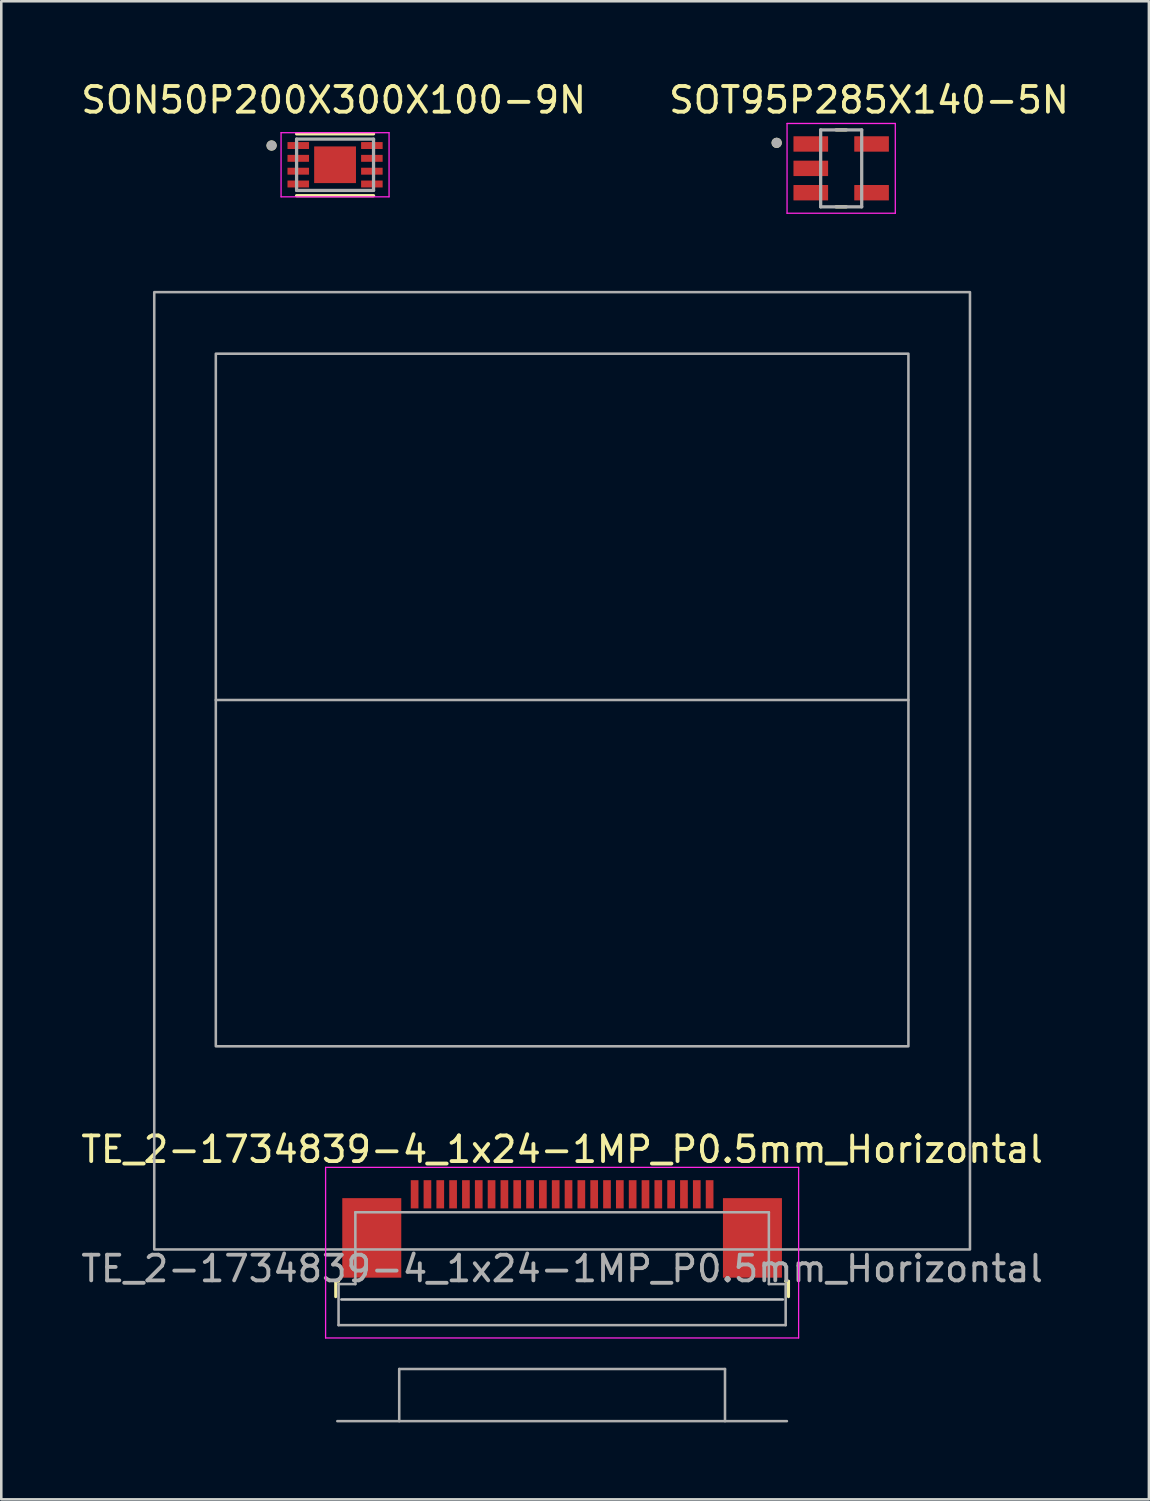
<source format=kicad_pcb>
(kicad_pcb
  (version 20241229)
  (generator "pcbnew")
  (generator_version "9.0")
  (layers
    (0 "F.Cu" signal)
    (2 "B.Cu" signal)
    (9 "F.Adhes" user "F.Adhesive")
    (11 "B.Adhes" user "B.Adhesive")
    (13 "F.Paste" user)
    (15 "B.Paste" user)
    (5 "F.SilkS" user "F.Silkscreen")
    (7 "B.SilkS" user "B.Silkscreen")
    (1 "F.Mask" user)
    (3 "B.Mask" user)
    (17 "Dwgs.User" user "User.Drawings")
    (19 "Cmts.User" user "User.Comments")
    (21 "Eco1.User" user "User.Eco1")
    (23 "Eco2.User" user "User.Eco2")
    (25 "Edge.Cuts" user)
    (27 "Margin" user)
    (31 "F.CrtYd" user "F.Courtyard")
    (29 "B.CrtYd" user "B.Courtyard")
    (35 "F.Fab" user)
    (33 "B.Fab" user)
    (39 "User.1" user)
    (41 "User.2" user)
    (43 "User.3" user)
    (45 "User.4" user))
  (footprint "SON50P200X300X100-9N"
    (layer "F.Cu")
    (at 10.012 3.373)
    (property "Reference" "SON50P200X300X100-9N" (at -0.054 -2.525 0) (layer "F.SilkS") (effects (font (size 1 1) (thickness 0.15))))
    (attr smd)
    (fp_line (start -1.5 -1.205) (end 1.5 -1.205) (stroke (width 0.127) (type solid)) (layer "F.SilkS"))
    (fp_line (start -1.5 1.205) (end 1.5 1.205) (stroke (width 0.127) (type solid)) (layer "F.SilkS"))
    (fp_circle (center -2.475 -0.75) (end -2.375 -0.75) (stroke (width 0.2) (type solid)) (fill no) (layer "F.SilkS"))
    (fp_poly (pts (xy -0.51 -0.45) (xy 0.51 -0.45) (xy 0.51 0.45) (xy -0.51 0.45)) (stroke (width 0.01) (type solid)) (fill yes) (layer "F.Paste"))
    (fp_line (start -2.105 -1.25) (end -2.105 1.25) (stroke (width 0.05) (type solid)) (layer "F.CrtYd"))
    (fp_line (start -2.105 -1.25) (end 2.105 -1.25) (stroke (width 0.05) (type solid)) (layer "F.CrtYd"))
    (fp_line (start -2.105 1.25) (end 2.105 1.25) (stroke (width 0.05) (type solid)) (layer "F.CrtYd"))
    (fp_line (start 2.105 -1.25) (end 2.105 1.25) (stroke (width 0.05) (type solid)) (layer "F.CrtYd"))
    (fp_line (start -1.5 -1) (end -1.5 1) (stroke (width 0.127) (type solid)) (layer "F.Fab"))
    (fp_line (start -1.5 -1) (end 1.5 -1) (stroke (width 0.127) (type solid)) (layer "F.Fab"))
    (fp_line (start -1.5 1) (end 1.5 1) (stroke (width 0.127) (type solid)) (layer "F.Fab"))
    (fp_line (start 1.5 -1) (end 1.5 1) (stroke (width 0.127) (type solid)) (layer "F.Fab"))
    (fp_circle (center -2.475 -0.75) (end -2.375 -0.75) (stroke (width 0.2) (type solid)) (fill no) (layer "F.Fab"))
    (pad "1" smd roundrect (at -1.435 -0.75) (size 0.84 0.27) (layers "F.Cu" "F.Mask" "F.Paste") (roundrect_rratio 0.03))
    (pad "2" smd roundrect (at -1.435 -0.25) (size 0.84 0.27) (layers "F.Cu" "F.Mask" "F.Paste") (roundrect_rratio 0.03))
    (pad "3" smd roundrect (at -1.435 0.25) (size 0.84 0.27) (layers "F.Cu" "F.Mask" "F.Paste") (roundrect_rratio 0.03))
    (pad "4" smd roundrect (at -1.435 0.75) (size 0.84 0.27) (layers "F.Cu" "F.Mask" "F.Paste") (roundrect_rratio 0.03))
    (pad "5" smd roundrect (at 1.435 0.75) (size 0.84 0.27) (layers "F.Cu" "F.Mask" "F.Paste") (roundrect_rratio 0.03))
    (pad "6" smd roundrect (at 1.435 0.25) (size 0.84 0.27) (layers "F.Cu" "F.Mask" "F.Paste") (roundrect_rratio 0.03))
    (pad "7" smd roundrect (at 1.435 -0.25) (size 0.84 0.27) (layers "F.Cu" "F.Mask" "F.Paste") (roundrect_rratio 0.03))
    (pad "8" smd roundrect (at 1.435 -0.75) (size 0.84 0.27) (layers "F.Cu" "F.Mask" "F.Paste") (roundrect_rratio 0.03))
    (pad "9" smd rect (at 0 0) (size 1.63 1.43) (layers "F.Cu" "F.Mask")))
  (footprint "TE_2-1734839-4_1x24-1MP_P0.5mm_Horizontal"
    (layer "F.Cu")
    (at 18.863 44.858)
    (property "Reference" "TE_2-1734839-4_1x24-1MP_P0.5mm_Horizontal" (at 0 -3.1 0) (layer "F.SilkS") (effects (font (size 1 1) (thickness 0.15))))
    (attr smd)
    (fp_line (start -8.825 2.04) (end -8.825 2.64) (stroke (width 0.12) (type solid)) (layer "F.SilkS"))
    (fp_line (start -8.715 2.04) (end -8.825 2.04) (stroke (width 0.12) (type solid)) (layer "F.SilkS"))
    (fp_line (start 8.715 2.04) (end 8.825 2.04) (stroke (width 0.12) (type solid)) (layer "F.SilkS"))
    (fp_line (start 8.825 2.04) (end 8.825 2.64) (stroke (width 0.12) (type solid)) (layer "F.SilkS"))
    (fp_line (start 8.605 2.75) (end -8.605 2.75) (stroke (width 0.1) (type solid)) (layer "Dwgs.User"))
    (fp_line (start -9.22 -2.4) (end -9.22 4.25) (stroke (width 0.05) (type solid)) (layer "F.CrtYd"))
    (fp_line (start -9.22 4.25) (end 9.22 4.25) (stroke (width 0.05) (type solid)) (layer "F.CrtYd"))
    (fp_line (start 9.22 -2.4) (end -9.22 -2.4) (stroke (width 0.05) (type solid)) (layer "F.CrtYd"))
    (fp_line (start 9.22 4.25) (end 9.22 -2.4) (stroke (width 0.05) (type solid)) (layer "F.CrtYd"))
    (fp_line (start -13.5 -20.62) (end 13.5 -20.62) (stroke (width 0.1) (type solid)) (layer "F.Fab"))
    (fp_line (start -8.715 2.15) (end -8.06 2.15) (stroke (width 0.1) (type solid)) (layer "F.Fab"))
    (fp_line (start -8.715 3.75) (end -8.715 2.15) (stroke (width 0.1) (type solid)) (layer "F.Fab"))
    (fp_line (start -8.06 -0.65) (end 8.06 -0.65) (stroke (width 0.1) (type solid)) (layer "F.Fab"))
    (fp_line (start -8.06 2.15) (end -8.06 -0.65) (stroke (width 0.1) (type solid)) (layer "F.Fab"))
    (fp_line (start -6.35 5.461) (end 6.35 5.461) (stroke (width 0.1) (type solid)) (layer "F.Fab"))
    (fp_line (start -6.35 7.493) (end -6.35 5.461) (stroke (width 0.1) (type solid)) (layer "F.Fab"))
    (fp_line (start 6.35 5.461) (end 6.35 7.493) (stroke (width 0.1) (type solid)) (layer "F.Fab"))
    (fp_line (start 8.06 -0.65) (end 8.06 2.15) (stroke (width 0.1) (type solid)) (layer "F.Fab"))
    (fp_line (start 8.06 2.15) (end 8.715 2.15) (stroke (width 0.1) (type solid)) (layer "F.Fab"))
    (fp_line (start 8.715 2.15) (end 8.715 3.75) (stroke (width 0.1) (type solid)) (layer "F.Fab"))
    (fp_line (start 8.715 3.75) (end -8.715 3.75) (stroke (width 0.1) (type solid)) (layer "F.Fab"))
    (fp_line (start 8.763 7.493) (end -8.763 7.493) (stroke (width 0.1) (type solid)) (layer "F.Fab"))
    (fp_rect (start -15.9 -36.52) (end 15.9 0.8) (stroke (width 0.1) (type solid)) (fill no) (layer "F.Fab"))
    (fp_rect (start -13.5 -34.12) (end 13.5 -7.12) (stroke (width 0.1) (type solid)) (fill no) (layer "F.Fab"))
    (fp_text user "${REFERENCE}" (at 0 1.55 0) (layer "F.Fab") (effects (font (size 1 1) (thickness 0.15))))
    (pad "0" smd rect (at -7.42 0.35) (size 2.3 3.1) (layers "F.Cu" "F.Mask" "F.Paste"))
    (pad "0" smd rect (at 7.42 0.35) (size 2.3 3.1) (layers "F.Cu" "F.Mask" "F.Paste"))
    (pad "1" smd rect (at 5.75 -1.35) (size 0.3 1.1) (layers "F.Cu" "F.Mask" "F.Paste"))
    (pad "2" smd rect (at 5.25 -1.35) (size 0.3 1.1) (layers "F.Cu" "F.Mask" "F.Paste"))
    (pad "3" smd rect (at 4.75 -1.35) (size 0.3 1.1) (layers "F.Cu" "F.Mask" "F.Paste"))
    (pad "4" smd rect (at 4.25 -1.35) (size 0.3 1.1) (layers "F.Cu" "F.Mask" "F.Paste"))
    (pad "5" smd rect (at 3.75 -1.35) (size 0.3 1.1) (layers "F.Cu" "F.Mask" "F.Paste"))
    (pad "6" smd rect (at 3.25 -1.35) (size 0.3 1.1) (layers "F.Cu" "F.Mask" "F.Paste"))
    (pad "7" smd rect (at 2.75 -1.35) (size 0.3 1.1) (layers "F.Cu" "F.Mask" "F.Paste"))
    (pad "8" smd rect (at 2.25 -1.35) (size 0.3 1.1) (layers "F.Cu" "F.Mask" "F.Paste"))
    (pad "9" smd rect (at 1.75 -1.35) (size 0.3 1.1) (layers "F.Cu" "F.Mask" "F.Paste"))
    (pad "10" smd rect (at 1.25 -1.35) (size 0.3 1.1) (layers "F.Cu" "F.Mask" "F.Paste"))
    (pad "11" smd rect (at 0.75 -1.35) (size 0.3 1.1) (layers "F.Cu" "F.Mask" "F.Paste"))
    (pad "12" smd rect (at 0.25 -1.35) (size 0.3 1.1) (layers "F.Cu" "F.Mask" "F.Paste"))
    (pad "13" smd rect (at -0.25 -1.35) (size 0.3 1.1) (layers "F.Cu" "F.Mask" "F.Paste"))
    (pad "14" smd rect (at -0.75 -1.35) (size 0.3 1.1) (layers "F.Cu" "F.Mask" "F.Paste"))
    (pad "15" smd rect (at -1.25 -1.35) (size 0.3 1.1) (layers "F.Cu" "F.Mask" "F.Paste"))
    (pad "16" smd rect (at -1.75 -1.35) (size 0.3 1.1) (layers "F.Cu" "F.Mask" "F.Paste"))
    (pad "17" smd rect (at -2.25 -1.35) (size 0.3 1.1) (layers "F.Cu" "F.Mask" "F.Paste"))
    (pad "18" smd rect (at -2.75 -1.35) (size 0.3 1.1) (layers "F.Cu" "F.Mask" "F.Paste"))
    (pad "19" smd rect (at -3.25 -1.35) (size 0.3 1.1) (layers "F.Cu" "F.Mask" "F.Paste"))
    (pad "20" smd rect (at -3.75 -1.35) (size 0.3 1.1) (layers "F.Cu" "F.Mask" "F.Paste"))
    (pad "21" smd rect (at -4.25 -1.35) (size 0.3 1.1) (layers "F.Cu" "F.Mask" "F.Paste"))
    (pad "22" smd rect (at -4.75 -1.35) (size 0.3 1.1) (layers "F.Cu" "F.Mask" "F.Paste"))
    (pad "23" smd rect (at -5.25 -1.35) (size 0.3 1.1) (layers "F.Cu" "F.Mask" "F.Paste"))
    (pad "24" smd rect (at -5.75 -1.35) (size 0.3 1.1) (layers "F.Cu" "F.Mask" "F.Paste")))
  (footprint "SOT95P285X140-5N"
    (layer "F.Cu")
    (at 29.742 3.513)
    (property "Reference" "SOT95P285X140-5N" (at 1.085 -2.665 0) (layer "F.SilkS") (effects (font (size 1 1) (thickness 0.15))))
    (attr smd)
    (fp_line (start -0.2 -1.5) (end 0.2 -1.5) (stroke (width 0.127) (type solid)) (layer "F.SilkS"))
    (fp_line (start 0.2 1.5) (end -0.2 1.5) (stroke (width 0.127) (type solid)) (layer "F.SilkS"))
    (fp_circle (center -2.515 -0.995) (end -2.415 -0.995) (stroke (width 0.2) (type solid)) (fill no) (layer "F.SilkS"))
    (fp_line (start -2.11 -1.75) (end 2.11 -1.75) (stroke (width 0.05) (type solid)) (layer "F.CrtYd"))
    (fp_line (start -2.11 1.75) (end -2.11 -1.75) (stroke (width 0.05) (type solid)) (layer "F.CrtYd"))
    (fp_line (start -2.11 1.75) (end 2.11 1.75) (stroke (width 0.05) (type solid)) (layer "F.CrtYd"))
    (fp_line (start 2.11 1.75) (end 2.11 -1.75) (stroke (width 0.05) (type solid)) (layer "F.CrtYd"))
    (fp_line (start -0.8 1.5) (end -0.8 -1.5) (stroke (width 0.127) (type solid)) (layer "F.Fab"))
    (fp_line (start 0.8 -1.5) (end -0.8 -1.5) (stroke (width 0.127) (type solid)) (layer "F.Fab"))
    (fp_line (start 0.8 1.5) (end -0.8 1.5) (stroke (width 0.127) (type solid)) (layer "F.Fab"))
    (fp_line (start 0.8 1.5) (end 0.8 -1.5) (stroke (width 0.127) (type solid)) (layer "F.Fab"))
    (fp_circle (center -2.515 -0.995) (end -2.415 -0.995) (stroke (width 0.2) (type solid)) (fill no) (layer "F.Fab"))
    (pad "1" smd roundrect (at -1.185 -0.95) (size 1.35 0.6) (layers "F.Cu" "F.Mask" "F.Paste") (roundrect_rratio 0.02))
    (pad "2" smd roundrect (at -1.185 0) (size 1.35 0.6) (layers "F.Cu" "F.Mask" "F.Paste") (roundrect_rratio 0.02))
    (pad "3" smd roundrect (at -1.185 0.95) (size 1.35 0.6) (layers "F.Cu" "F.Mask" "F.Paste") (roundrect_rratio 0.02))
    (pad "4" smd roundrect (at 1.185 0.95) (size 1.35 0.6) (layers "F.Cu" "F.Mask" "F.Paste") (roundrect_rratio 0.02))
    (pad "5" smd roundrect (at 1.185 -0.95) (size 1.35 0.6) (layers "F.Cu" "F.Mask" "F.Paste") (roundrect_rratio 0.02)))
  (gr_rect
    (start -3 -3)
    (end 41.738 55.401)
    (stroke (width 0.1) (type default))
    (fill no)
    (layer "Edge.Cuts")))
</source>
